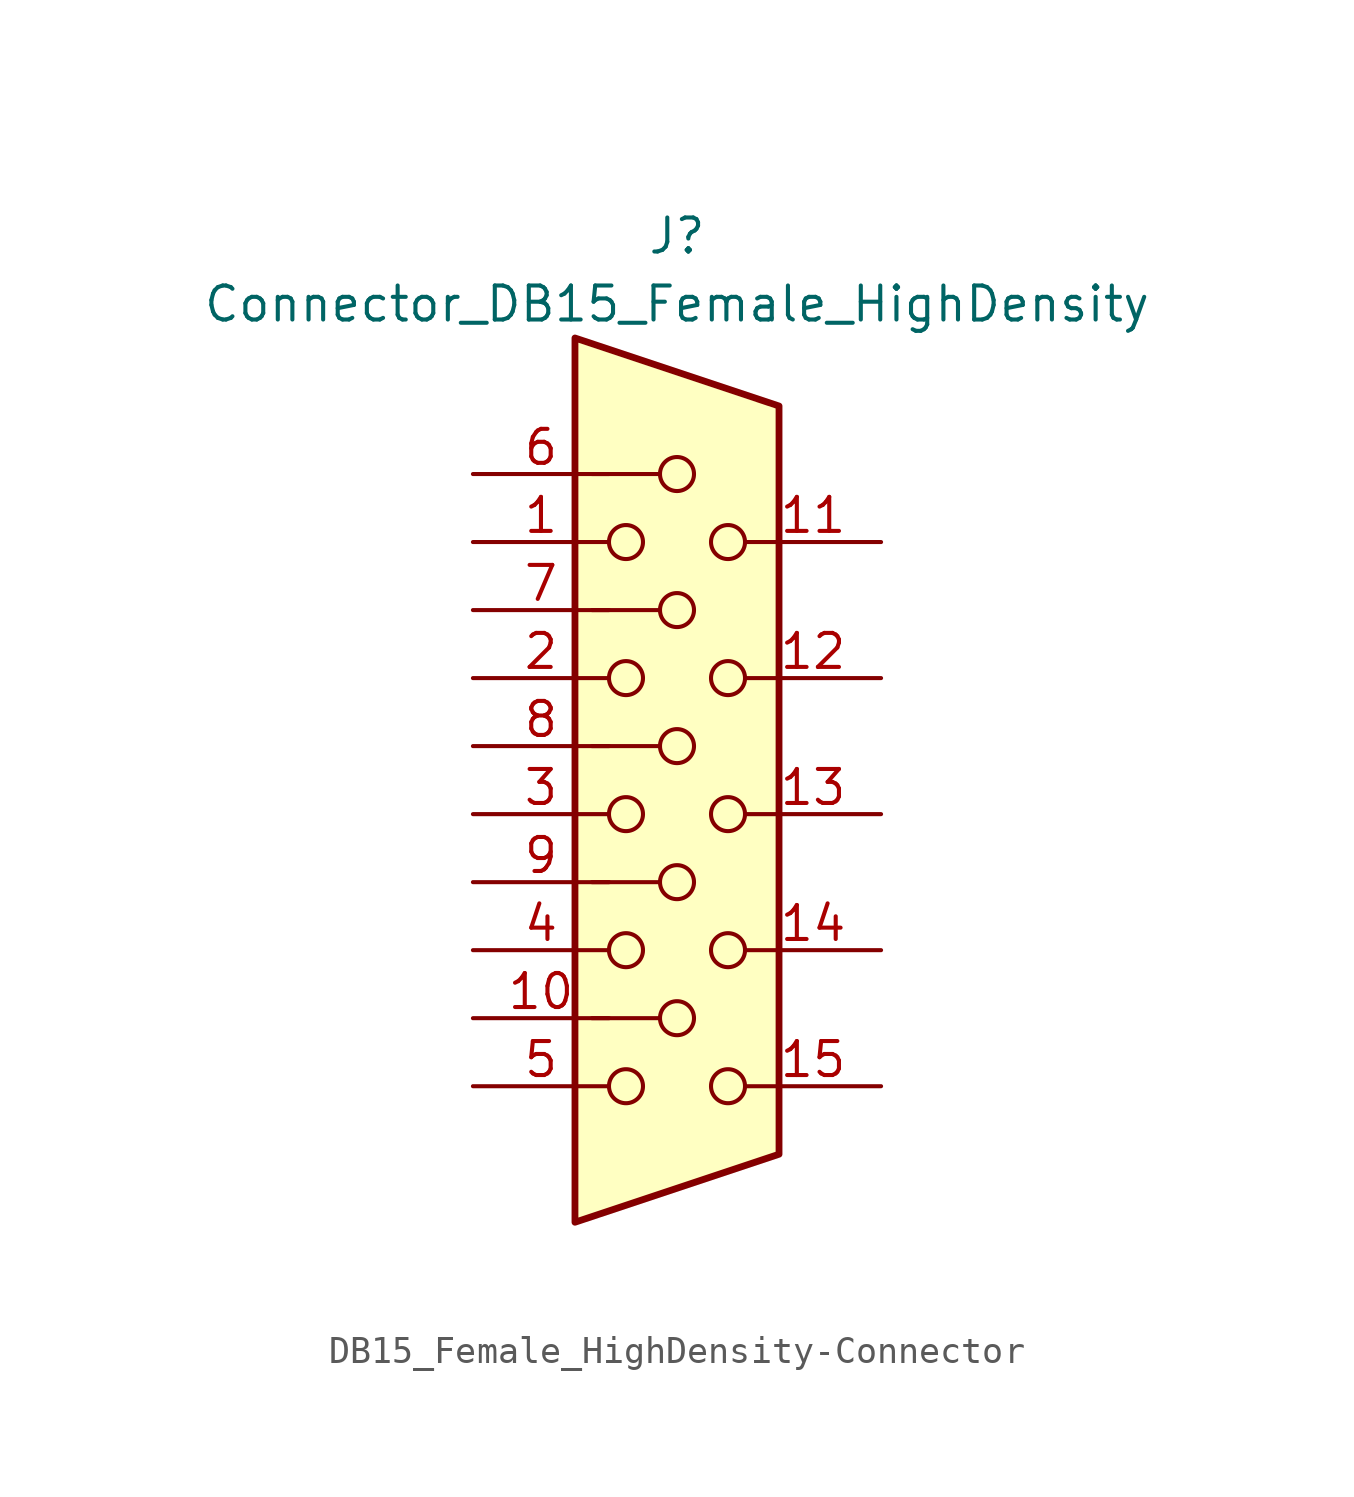
<source format=kicad_sym>
(kicad_symbol_lib
  (version 20220914)
  (generator kicad_symbol_editor)
  (symbol "DB15_Female_HighDensity-Connector"
    (pin_names
      (offset 1.016) hide)
    (property "Reference" "J"
      (at 0 21.59 0)
      (effects (font (size 1.27 1.27))))
    (property "Value" "Connector_DB15_Female_HighDensity"
      (at 0 19.05 0)
      (effects (font (size 1.27 1.27))))
    (symbol "DB15_Female_HighDensity-Connector_0_1"
      (circle (center -1.905 -10.16) (radius 0.635) (stroke (width 0) (type solid)) (fill (type none)))
      (circle (center -1.905 -5.08) (radius 0.635) (stroke (width 0) (type solid)) (fill (type none)))
      (circle (center -1.905 0) (radius 0.635) (stroke (width 0) (type solid)) (fill (type none)))
      (circle (center -1.905 5.08) (radius 0.635) (stroke (width 0) (type solid)) (fill (type none)))
      (circle (center -1.905 10.16) (radius 0.635) (stroke (width 0) (type solid)) (fill (type none)))
      (circle (center 0 -7.62) (radius 0.635) (stroke (width 0) (type solid)) (fill (type none)))
      (circle (center 0 -2.54) (radius 0.635) (stroke (width 0) (type solid)) (fill (type none)))
      (polyline (pts (xy -3.175 7.62) (xy -0.635 7.62)) (stroke (width 0) (type solid)) (fill (type none)))
      (polyline (pts (xy -0.635 -7.62) (xy -3.175 -7.62)) (stroke (width 0) (type solid)) (fill (type none)))
      (polyline (pts (xy -0.635 -2.54) (xy -3.175 -2.54)) (stroke (width 0) (type solid)) (fill (type none)))
      (polyline (pts (xy -0.635 2.54) (xy -3.175 2.54)) (stroke (width 0) (type solid)) (fill (type none)))
      (polyline (pts (xy -0.635 12.7) (xy -3.175 12.7)) (stroke (width 0) (type solid)) (fill (type none)))
      (polyline (pts (xy -3.81 17.78) (xy -3.81 -15.24) (xy 3.81 -12.7) (xy 3.81 15.24) (xy -3.81 17.78)) (stroke (width 0.254) (type solid)) (fill (type background)))
      (circle (center 0 2.54) (radius 0.635) (stroke (width 0) (type solid)) (fill (type none)))
      (circle (center 0 7.62) (radius 0.635) (stroke (width 0) (type solid)) (fill (type none)))
      (circle (center 0 12.7) (radius 0.635) (stroke (width 0) (type solid)) (fill (type none)))
      (circle (center 1.905 -10.16) (radius 0.635) (stroke (width 0) (type solid)) (fill (type none)))
      (circle (center 1.905 -5.08) (radius 0.635) (stroke (width 0) (type solid)) (fill (type none)))
      (circle (center 1.905 0) (radius 0.635) (stroke (width 0) (type solid)) (fill (type none)))
      (circle (center 1.905 5.08) (radius 0.635) (stroke (width 0) (type solid)) (fill (type none)))
      (circle (center 1.905 10.16) (radius 0.635) (stroke (width 0) (type solid)) (fill (type none))))
    (symbol "DB15_Female_HighDensity-Connector_1_1"
      (pin passive line (at -7.62 10.16 0) (length 5.08) (name "~" (effects (font (size 1.27 1.27)))) (number "1" (effects (font (size 1.27 1.27)))))
      (pin passive line (at -7.62 -7.62 0) (length 5.08) (name "~" (effects (font (size 1.27 1.27)))) (number "10" (effects (font (size 1.27 1.27)))))
      (pin passive line (at 7.62 10.16 180) (length 5.08) (name "~" (effects (font (size 1.27 1.27)))) (number "11" (effects (font (size 1.27 1.27)))))
      (pin passive line (at 7.62 5.08 180) (length 5.08) (name "~" (effects (font (size 1.27 1.27)))) (number "12" (effects (font (size 1.27 1.27)))))
      (pin passive line (at 7.62 0 180) (length 5.08) (name "~" (effects (font (size 1.27 1.27)))) (number "13" (effects (font (size 1.27 1.27)))))
      (pin passive line (at 7.62 -5.08 180) (length 5.08) (name "~" (effects (font (size 1.27 1.27)))) (number "14" (effects (font (size 1.27 1.27)))))
      (pin passive line (at 7.62 -10.16 180) (length 5.08) (name "~" (effects (font (size 1.27 1.27)))) (number "15" (effects (font (size 1.27 1.27)))))
      (pin passive line (at -7.62 5.08 0) (length 5.08) (name "~" (effects (font (size 1.27 1.27)))) (number "2" (effects (font (size 1.27 1.27)))))
      (pin passive line (at -7.62 0 0) (length 5.08) (name "~" (effects (font (size 1.27 1.27)))) (number "3" (effects (font (size 1.27 1.27)))))
      (pin passive line (at -7.62 -5.08 0) (length 5.08) (name "~" (effects (font (size 1.27 1.27)))) (number "4" (effects (font (size 1.27 1.27)))))
      (pin passive line (at -7.62 -10.16 0) (length 5.08) (name "~" (effects (font (size 1.27 1.27)))) (number "5" (effects (font (size 1.27 1.27)))))
      (pin passive line (at -7.62 12.7 0) (length 5.08) (name "~" (effects (font (size 1.27 1.27)))) (number "6" (effects (font (size 1.27 1.27)))))
      (pin passive line (at -7.62 7.62 0) (length 5.08) (name "~" (effects (font (size 1.27 1.27)))) (number "7" (effects (font (size 1.27 1.27)))))
      (pin passive line (at -7.62 2.54 0) (length 5.08) (name "~" (effects (font (size 1.27 1.27)))) (number "8" (effects (font (size 1.27 1.27)))))
      (pin passive line (at -7.62 -2.54 0) (length 5.08) (name "~" (effects (font (size 1.27 1.27)))) (number "9" (effects (font (size 1.27 1.27))))))))
</source>
